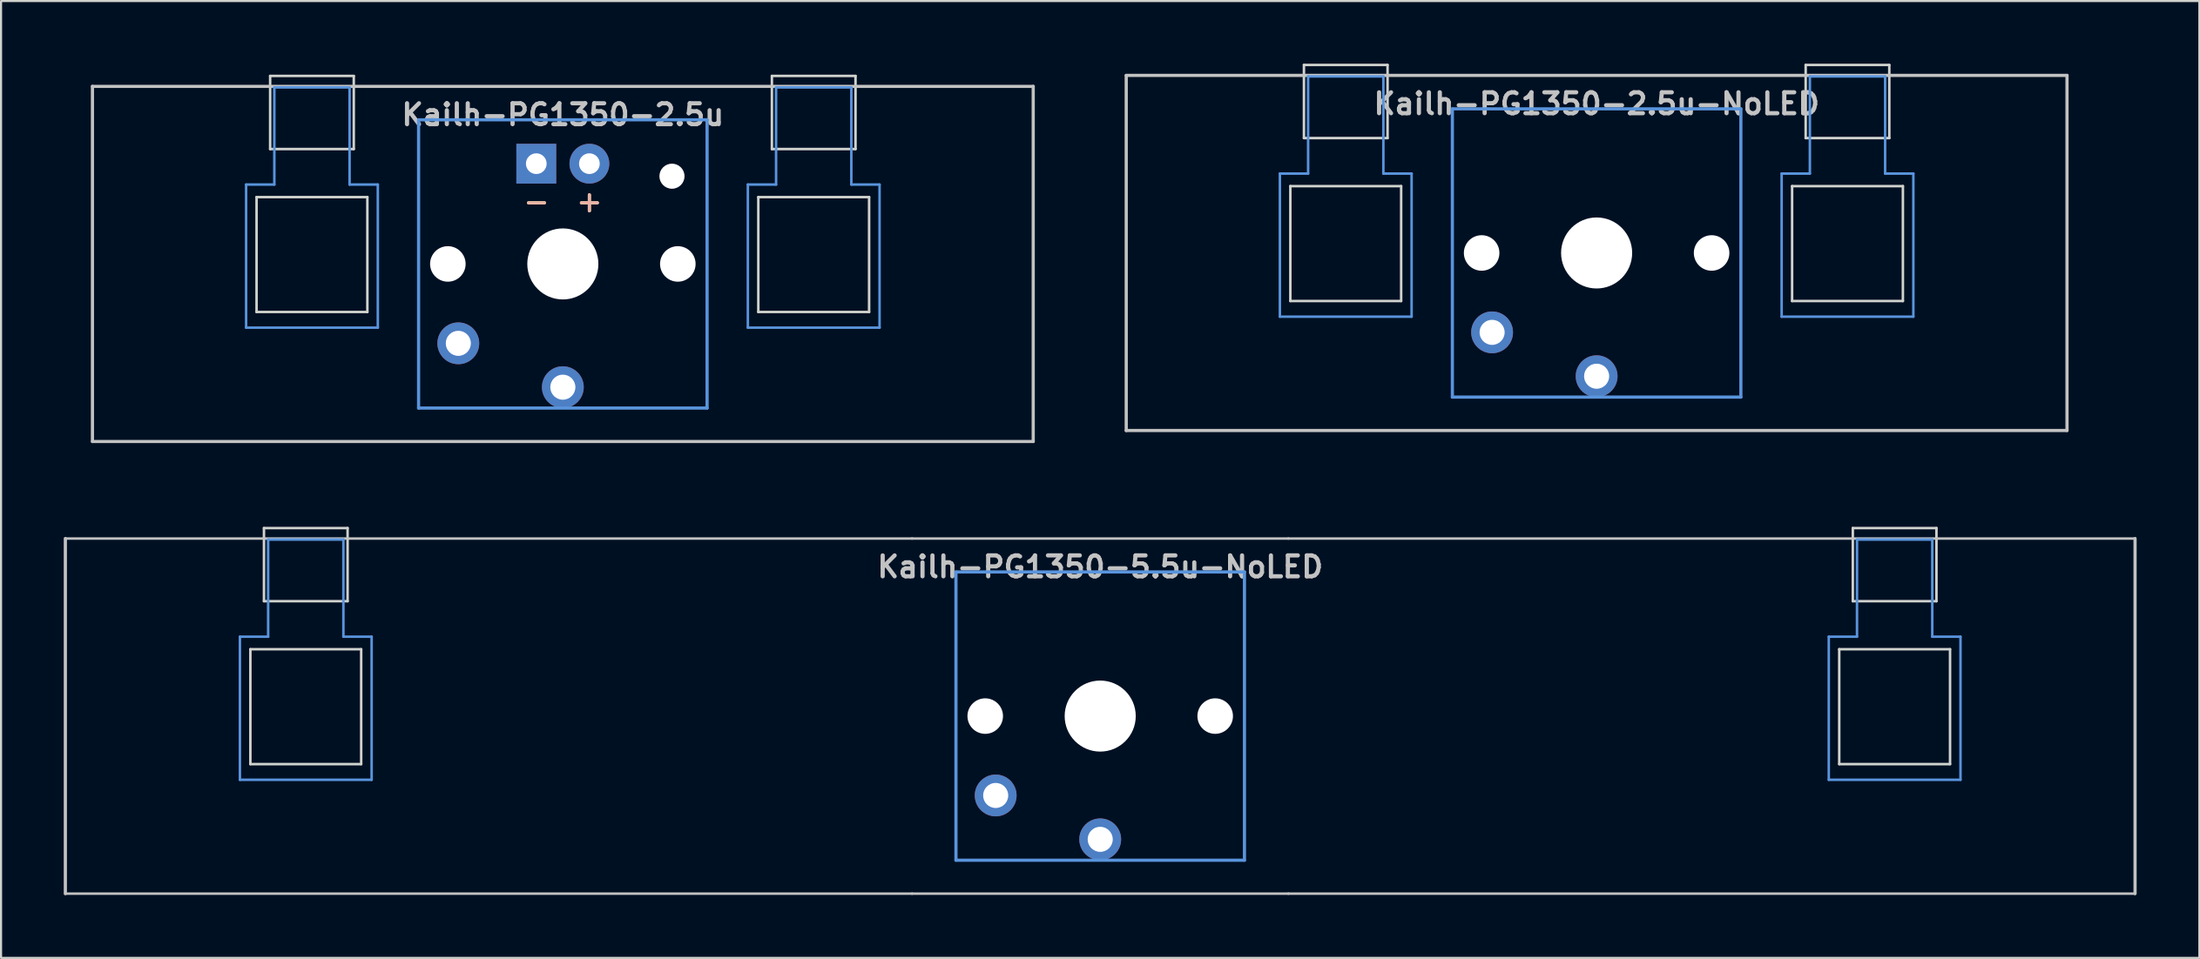
<source format=kicad_pcb>
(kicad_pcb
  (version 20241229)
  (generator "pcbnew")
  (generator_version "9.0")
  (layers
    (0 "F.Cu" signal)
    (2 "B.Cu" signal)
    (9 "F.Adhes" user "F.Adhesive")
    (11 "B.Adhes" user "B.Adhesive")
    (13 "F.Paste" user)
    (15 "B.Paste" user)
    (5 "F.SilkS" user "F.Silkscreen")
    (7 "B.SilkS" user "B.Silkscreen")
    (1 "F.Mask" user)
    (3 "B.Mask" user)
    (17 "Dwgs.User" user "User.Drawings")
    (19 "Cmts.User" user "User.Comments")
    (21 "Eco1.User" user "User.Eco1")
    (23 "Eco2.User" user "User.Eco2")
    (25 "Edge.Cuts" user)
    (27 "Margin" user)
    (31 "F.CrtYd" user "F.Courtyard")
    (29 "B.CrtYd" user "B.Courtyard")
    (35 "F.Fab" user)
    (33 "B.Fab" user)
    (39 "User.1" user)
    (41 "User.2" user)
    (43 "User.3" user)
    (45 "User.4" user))
  (footprint "Kailh-PG1350-2.5u-NoLED"
    (layer "F.Cu")
    (at 73.321 9.06)
    (property "Reference" "Kailh-PG1350-2.5u-NoLED" (at 0 -7.144 180) (layer "Dwgs.User") (effects (font (size 1 1) (thickness 0.2))))
    (attr through_hole)
    (fp_line (start -22.5 -8.5) (end 22.5 -8.5) (stroke (width 0.152) (type solid)) (layer "Dwgs.User"))
    (fp_line (start -22.5 8.5) (end -22.5 -8.5) (stroke (width 0.152) (type solid)) (layer "Dwgs.User"))
    (fp_line (start -22.5 8.5) (end 22.5 8.5) (stroke (width 0.152) (type solid)) (layer "Dwgs.User"))
    (fp_line (start 22.5 -8.5) (end 22.5 8.5) (stroke (width 0.152) (type solid)) (layer "Dwgs.User"))
    (fp_line (start -15.15 -3.8) (end -13.8 -3.8) (stroke (width 0.12) (type solid)) (layer "Cmts.User"))
    (fp_line (start -15.15 3.05) (end -15.15 -3.8) (stroke (width 0.12) (type solid)) (layer "Cmts.User"))
    (fp_line (start -15.15 3.05) (end -8.85 3.05) (stroke (width 0.12) (type solid)) (layer "Cmts.User"))
    (fp_line (start -13.8 -8.45) (end -13.8 -3.8) (stroke (width 0.12) (type solid)) (layer "Cmts.User"))
    (fp_line (start -13.8 -8.45) (end -10.2 -8.45) (stroke (width 0.12) (type solid)) (layer "Cmts.User"))
    (fp_line (start -10.2 -8.45) (end -10.2 -3.8) (stroke (width 0.12) (type solid)) (layer "Cmts.User"))
    (fp_line (start -10.2 -3.8) (end -8.85 -3.8) (stroke (width 0.12) (type solid)) (layer "Cmts.User"))
    (fp_line (start -8.85 3.05) (end -8.85 -3.8) (stroke (width 0.12) (type solid)) (layer "Cmts.User"))
    (fp_line (start -6.9 -6.9) (end 6.9 -6.9) (stroke (width 0.152) (type solid)) (layer "Cmts.User"))
    (fp_line (start -6.9 6.9) (end -6.9 -6.9) (stroke (width 0.152) (type solid)) (layer "Cmts.User"))
    (fp_line (start 6.9 -6.9) (end 6.9 6.9) (stroke (width 0.152) (type solid)) (layer "Cmts.User"))
    (fp_line (start 6.9 6.9) (end -6.9 6.9) (stroke (width 0.152) (type solid)) (layer "Cmts.User"))
    (fp_line (start 8.85 -3.8) (end 10.2 -3.8) (stroke (width 0.12) (type solid)) (layer "Cmts.User"))
    (fp_line (start 8.85 3.05) (end 8.85 -3.8) (stroke (width 0.12) (type solid)) (layer "Cmts.User"))
    (fp_line (start 8.85 3.05) (end 15.15 3.05) (stroke (width 0.12) (type solid)) (layer "Cmts.User"))
    (fp_line (start 10.2 -8.45) (end 10.2 -3.8) (stroke (width 0.12) (type solid)) (layer "Cmts.User"))
    (fp_line (start 10.2 -8.45) (end 13.8 -8.45) (stroke (width 0.12) (type solid)) (layer "Cmts.User"))
    (fp_line (start 13.8 -8.45) (end 13.8 -3.8) (stroke (width 0.12) (type solid)) (layer "Cmts.User"))
    (fp_line (start 13.8 -3.8) (end 15.15 -3.8) (stroke (width 0.12) (type solid)) (layer "Cmts.User"))
    (fp_line (start 15.15 3.05) (end 15.15 -3.8) (stroke (width 0.12) (type solid)) (layer "Cmts.User"))
    (fp_line (start -7.5 -7.5) (end 7.5 -7.5) (stroke (width 0.152) (type solid)) (layer "Eco2.User"))
    (fp_line (start -7.5 7.5) (end -7.5 -7.5) (stroke (width 0.152) (type solid)) (layer "Eco2.User"))
    (fp_line (start 7.5 -7.5) (end 7.5 7.5) (stroke (width 0.152) (type solid)) (layer "Eco2.User"))
    (fp_line (start 7.5 7.5) (end -7.5 7.5) (stroke (width 0.152) (type solid)) (layer "Eco2.User"))
    (fp_line (start -14.65 -3.2) (end -14.65 2.3) (stroke (width 0.12) (type solid)) (layer "Edge.Cuts"))
    (fp_line (start -14.65 -3.2) (end -9.35 -3.2) (stroke (width 0.12) (type solid)) (layer "Edge.Cuts"))
    (fp_line (start -14.65 2.3) (end -9.35 2.3) (stroke (width 0.12) (type solid)) (layer "Edge.Cuts"))
    (fp_line (start -14 -9) (end -14 -5.5) (stroke (width 0.12) (type solid)) (layer "Edge.Cuts"))
    (fp_line (start -14 -9) (end -10 -9) (stroke (width 0.12) (type solid)) (layer "Edge.Cuts"))
    (fp_line (start -14 -5.5) (end -10 -5.5) (stroke (width 0.12) (type solid)) (layer "Edge.Cuts"))
    (fp_line (start -10 -5.5) (end -10 -9) (stroke (width 0.12) (type solid)) (layer "Edge.Cuts"))
    (fp_line (start -9.35 2.3) (end -9.35 -3.2) (stroke (width 0.12) (type solid)) (layer "Edge.Cuts"))
    (fp_line (start 9.35 -3.2) (end 9.35 2.3) (stroke (width 0.12) (type solid)) (layer "Edge.Cuts"))
    (fp_line (start 9.35 -3.2) (end 14.65 -3.2) (stroke (width 0.12) (type solid)) (layer "Edge.Cuts"))
    (fp_line (start 9.35 2.3) (end 14.65 2.3) (stroke (width 0.12) (type solid)) (layer "Edge.Cuts"))
    (fp_line (start 10 -9) (end 10 -5.5) (stroke (width 0.12) (type solid)) (layer "Edge.Cuts"))
    (fp_line (start 10 -9) (end 14 -9) (stroke (width 0.12) (type solid)) (layer "Edge.Cuts"))
    (fp_line (start 10 -5.5) (end 14 -5.5) (stroke (width 0.12) (type solid)) (layer "Edge.Cuts"))
    (fp_line (start 14 -5.5) (end 14 -9) (stroke (width 0.12) (type solid)) (layer "Edge.Cuts"))
    (fp_line (start 14.65 2.3) (end 14.65 -3.2) (stroke (width 0.12) (type solid)) (layer "Edge.Cuts"))
    (pad "" np_thru_hole circle (at -5.5 0 180) (size 1.7 1.7) (drill 1.7) (layers "*.Cu" "*.Mask"))
    (pad "" np_thru_hole circle (at 0 0 180) (size 3.4 3.4) (drill 3.4) (layers "*.Cu" "*.Mask"))
    (pad "" np_thru_hole circle (at 5.5 0 180) (size 1.7 1.7) (drill 1.7) (layers "*.Cu" "*.Mask"))
    (pad "1" thru_hole circle (at 0 5.9 180) (size 2 2) (drill 1.2) (layers "*.Cu" "*.Mask"))
    (pad "2" thru_hole circle (at -5 3.8 41.9) (size 2 2) (drill 1.2) (layers "*.Cu" "*.Mask")))
  (footprint "Kailh-PG1350-5.5u-NoLED"
    (layer "F.Cu")
    (at 49.576 31.23)
    (property "Reference" "Kailh-PG1350-5.5u-NoLED" (at 0 -7.144 180) (layer "Dwgs.User") (effects (font (size 1 1) (thickness 0.2))))
    (attr through_hole)
    (fp_line (start -49.5 -8.5) (end -9 -8.5) (stroke (width 0.12) (type solid)) (layer "Dwgs.User"))
    (fp_line (start -49.5 8.5) (end -49.5 -8.5) (stroke (width 0.152) (type solid)) (layer "Dwgs.User"))
    (fp_line (start -49.5 8.5) (end -9 8.5) (stroke (width 0.12) (type solid)) (layer "Dwgs.User"))
    (fp_line (start -9 8.5) (end 9 8.5) (stroke (width 0.12) (type solid)) (layer "Dwgs.User"))
    (fp_line (start 9 -8.5) (end -9 -8.5) (stroke (width 0.12) (type solid)) (layer "Dwgs.User"))
    (fp_line (start 9 -8.5) (end 49.5 -8.5) (stroke (width 0.12) (type solid)) (layer "Dwgs.User"))
    (fp_line (start 49.5 -8.5) (end 49.5 8.5) (stroke (width 0.152) (type solid)) (layer "Dwgs.User"))
    (fp_line (start 49.5 8.5) (end 9 8.5) (stroke (width 0.12) (type solid)) (layer "Dwgs.User"))
    (fp_line (start -41.15 -3.8) (end -39.8 -3.8) (stroke (width 0.12) (type solid)) (layer "Cmts.User"))
    (fp_line (start -41.15 3.05) (end -41.15 -3.8) (stroke (width 0.12) (type solid)) (layer "Cmts.User"))
    (fp_line (start -41.15 3.05) (end -34.85 3.05) (stroke (width 0.12) (type solid)) (layer "Cmts.User"))
    (fp_line (start -39.8 -8.45) (end -39.8 -3.8) (stroke (width 0.12) (type solid)) (layer "Cmts.User"))
    (fp_line (start -39.8 -8.45) (end -36.2 -8.45) (stroke (width 0.12) (type solid)) (layer "Cmts.User"))
    (fp_line (start -36.2 -8.45) (end -36.2 -3.8) (stroke (width 0.12) (type solid)) (layer "Cmts.User"))
    (fp_line (start -36.2 -3.8) (end -34.85 -3.8) (stroke (width 0.12) (type solid)) (layer "Cmts.User"))
    (fp_line (start -34.85 3.05) (end -34.85 -3.8) (stroke (width 0.12) (type solid)) (layer "Cmts.User"))
    (fp_line (start -6.9 -6.9) (end 6.9 -6.9) (stroke (width 0.152) (type solid)) (layer "Cmts.User"))
    (fp_line (start -6.9 6.9) (end -6.9 -6.9) (stroke (width 0.152) (type solid)) (layer "Cmts.User"))
    (fp_line (start 6.9 -6.9) (end 6.9 6.9) (stroke (width 0.152) (type solid)) (layer "Cmts.User"))
    (fp_line (start 6.9 6.9) (end -6.9 6.9) (stroke (width 0.152) (type solid)) (layer "Cmts.User"))
    (fp_line (start 34.85 -3.8) (end 36.2 -3.8) (stroke (width 0.12) (type solid)) (layer "Cmts.User"))
    (fp_line (start 34.85 3.05) (end 34.85 -3.8) (stroke (width 0.12) (type solid)) (layer "Cmts.User"))
    (fp_line (start 34.85 3.05) (end 41.15 3.05) (stroke (width 0.12) (type solid)) (layer "Cmts.User"))
    (fp_line (start 36.2 -8.45) (end 36.2 -3.8) (stroke (width 0.12) (type solid)) (layer "Cmts.User"))
    (fp_line (start 36.2 -8.45) (end 39.8 -8.45) (stroke (width 0.12) (type solid)) (layer "Cmts.User"))
    (fp_line (start 39.8 -8.45) (end 39.8 -3.8) (stroke (width 0.12) (type solid)) (layer "Cmts.User"))
    (fp_line (start 39.8 -3.8) (end 41.15 -3.8) (stroke (width 0.12) (type solid)) (layer "Cmts.User"))
    (fp_line (start 41.15 3.05) (end 41.15 -3.8) (stroke (width 0.12) (type solid)) (layer "Cmts.User"))
    (fp_line (start -7.5 -7.5) (end 7.5 -7.5) (stroke (width 0.152) (type solid)) (layer "Eco2.User"))
    (fp_line (start -7.5 7.5) (end -7.5 -7.5) (stroke (width 0.152) (type solid)) (layer "Eco2.User"))
    (fp_line (start 7.5 -7.5) (end 7.5 7.5) (stroke (width 0.152) (type solid)) (layer "Eco2.User"))
    (fp_line (start 7.5 7.5) (end -7.5 7.5) (stroke (width 0.152) (type solid)) (layer "Eco2.User"))
    (fp_line (start -40.65 -3.2) (end -40.65 2.3) (stroke (width 0.12) (type solid)) (layer "Edge.Cuts"))
    (fp_line (start -40.65 -3.2) (end -35.35 -3.2) (stroke (width 0.12) (type solid)) (layer "Edge.Cuts"))
    (fp_line (start -40.65 2.3) (end -35.35 2.3) (stroke (width 0.12) (type solid)) (layer "Edge.Cuts"))
    (fp_line (start -40 -9) (end -40 -5.5) (stroke (width 0.12) (type solid)) (layer "Edge.Cuts"))
    (fp_line (start -40 -9) (end -36 -9) (stroke (width 0.12) (type solid)) (layer "Edge.Cuts"))
    (fp_line (start -40 -5.5) (end -36 -5.5) (stroke (width 0.12) (type solid)) (layer "Edge.Cuts"))
    (fp_line (start -36 -5.5) (end -36 -9) (stroke (width 0.12) (type solid)) (layer "Edge.Cuts"))
    (fp_line (start -35.35 2.3) (end -35.35 -3.2) (stroke (width 0.12) (type solid)) (layer "Edge.Cuts"))
    (fp_line (start 35.35 -3.2) (end 35.35 2.3) (stroke (width 0.12) (type solid)) (layer "Edge.Cuts"))
    (fp_line (start 35.35 -3.2) (end 40.65 -3.2) (stroke (width 0.12) (type solid)) (layer "Edge.Cuts"))
    (fp_line (start 35.35 2.3) (end 40.65 2.3) (stroke (width 0.12) (type solid)) (layer "Edge.Cuts"))
    (fp_line (start 36 -9) (end 36 -5.5) (stroke (width 0.12) (type solid)) (layer "Edge.Cuts"))
    (fp_line (start 36 -9) (end 40 -9) (stroke (width 0.12) (type solid)) (layer "Edge.Cuts"))
    (fp_line (start 36 -5.5) (end 40 -5.5) (stroke (width 0.12) (type solid)) (layer "Edge.Cuts"))
    (fp_line (start 40 -5.5) (end 40 -9) (stroke (width 0.12) (type solid)) (layer "Edge.Cuts"))
    (fp_line (start 40.65 2.3) (end 40.65 -3.2) (stroke (width 0.12) (type solid)) (layer "Edge.Cuts"))
    (pad "" np_thru_hole circle (at -5.5 0 180) (size 1.7 1.7) (drill 1.7) (layers "*.Cu" "*.Mask"))
    (pad "" np_thru_hole circle (at 0 0 180) (size 3.4 3.4) (drill 3.4) (layers "*.Cu" "*.Mask"))
    (pad "" np_thru_hole circle (at 5.5 0 180) (size 1.7 1.7) (drill 1.7) (layers "*.Cu" "*.Mask"))
    (pad "1" thru_hole circle (at 0 5.9 180) (size 2 2) (drill 1.2) (layers "*.Cu" "*.Mask"))
    (pad "2" thru_hole circle (at -5 3.8 41.9) (size 2 2) (drill 1.2) (layers "*.Cu" "*.Mask")))
  (footprint "Kailh-PG1350-2.5u"
    (layer "F.Cu")
    (at 23.872 9.585)
    (property "Reference" "Kailh-PG1350-2.5u" (at 0 -7.144 180) (layer "Dwgs.User") (effects (font (size 1 1) (thickness 0.2))))
    (attr through_hole)
    (fp_line (start -22.5 -8.5) (end 22.5 -8.5) (stroke (width 0.152) (type solid)) (layer "Dwgs.User"))
    (fp_line (start -22.5 8.5) (end -22.5 -8.5) (stroke (width 0.152) (type solid)) (layer "Dwgs.User"))
    (fp_line (start -22.5 8.5) (end 22.5 8.5) (stroke (width 0.152) (type solid)) (layer "Dwgs.User"))
    (fp_line (start 22.5 -8.5) (end 22.5 8.5) (stroke (width 0.152) (type solid)) (layer "Dwgs.User"))
    (fp_line (start -15.15 -3.8) (end -13.8 -3.8) (stroke (width 0.12) (type solid)) (layer "Cmts.User"))
    (fp_line (start -15.15 3.05) (end -15.15 -3.8) (stroke (width 0.12) (type solid)) (layer "Cmts.User"))
    (fp_line (start -15.15 3.05) (end -8.85 3.05) (stroke (width 0.12) (type solid)) (layer "Cmts.User"))
    (fp_line (start -13.8 -8.45) (end -13.8 -3.8) (stroke (width 0.12) (type solid)) (layer "Cmts.User"))
    (fp_line (start -13.8 -8.45) (end -10.2 -8.45) (stroke (width 0.12) (type solid)) (layer "Cmts.User"))
    (fp_line (start -10.2 -8.45) (end -10.2 -3.8) (stroke (width 0.12) (type solid)) (layer "Cmts.User"))
    (fp_line (start -10.2 -3.8) (end -8.85 -3.8) (stroke (width 0.12) (type solid)) (layer "Cmts.User"))
    (fp_line (start -8.85 3.05) (end -8.85 -3.8) (stroke (width 0.12) (type solid)) (layer "Cmts.User"))
    (fp_line (start -6.9 -6.9) (end 6.9 -6.9) (stroke (width 0.152) (type solid)) (layer "Cmts.User"))
    (fp_line (start -6.9 6.9) (end -6.9 -6.9) (stroke (width 0.152) (type solid)) (layer "Cmts.User"))
    (fp_line (start 6.9 -6.9) (end 6.9 6.9) (stroke (width 0.152) (type solid)) (layer "Cmts.User"))
    (fp_line (start 6.9 6.9) (end -6.9 6.9) (stroke (width 0.152) (type solid)) (layer "Cmts.User"))
    (fp_line (start 8.85 -3.8) (end 10.2 -3.8) (stroke (width 0.12) (type solid)) (layer "Cmts.User"))
    (fp_line (start 8.85 3.05) (end 8.85 -3.8) (stroke (width 0.12) (type solid)) (layer "Cmts.User"))
    (fp_line (start 8.85 3.05) (end 15.15 3.05) (stroke (width 0.12) (type solid)) (layer "Cmts.User"))
    (fp_line (start 10.2 -8.45) (end 10.2 -3.8) (stroke (width 0.12) (type solid)) (layer "Cmts.User"))
    (fp_line (start 10.2 -8.45) (end 13.8 -8.45) (stroke (width 0.12) (type solid)) (layer "Cmts.User"))
    (fp_line (start 13.8 -8.45) (end 13.8 -3.8) (stroke (width 0.12) (type solid)) (layer "Cmts.User"))
    (fp_line (start 13.8 -3.8) (end 15.15 -3.8) (stroke (width 0.12) (type solid)) (layer "Cmts.User"))
    (fp_line (start 15.15 3.05) (end 15.15 -3.8) (stroke (width 0.12) (type solid)) (layer "Cmts.User"))
    (fp_line (start -23.812 -9.525) (end -23.812 9.525) (stroke (width 0.12) (type solid)) (layer "Eco1.User"))
    (fp_line (start -23.812 -9.525) (end 23.812 -9.525) (stroke (width 0.12) (type solid)) (layer "Eco1.User"))
    (fp_line (start -23.812 9.525) (end 23.812 9.525) (stroke (width 0.12) (type solid)) (layer "Eco1.User"))
    (fp_line (start 23.812 -9.525) (end 23.812 9.525) (stroke (width 0.12) (type solid)) (layer "Eco1.User"))
    (fp_line (start -7.5 -7.5) (end 7.5 -7.5) (stroke (width 0.152) (type solid)) (layer "Eco2.User"))
    (fp_line (start -7.5 7.5) (end -7.5 -7.5) (stroke (width 0.152) (type solid)) (layer "Eco2.User"))
    (fp_line (start 7.5 -7.5) (end 7.5 7.5) (stroke (width 0.152) (type solid)) (layer "Eco2.User"))
    (fp_line (start 7.5 7.5) (end -7.5 7.5) (stroke (width 0.152) (type solid)) (layer "Eco2.User"))
    (fp_line (start -14.65 -3.2) (end -14.65 2.3) (stroke (width 0.12) (type solid)) (layer "Edge.Cuts"))
    (fp_line (start -14.65 -3.2) (end -9.35 -3.2) (stroke (width 0.12) (type solid)) (layer "Edge.Cuts"))
    (fp_line (start -14.65 2.3) (end -9.35 2.3) (stroke (width 0.12) (type solid)) (layer "Edge.Cuts"))
    (fp_line (start -14 -9) (end -14 -5.5) (stroke (width 0.12) (type solid)) (layer "Edge.Cuts"))
    (fp_line (start -14 -9) (end -10 -9) (stroke (width 0.12) (type solid)) (layer "Edge.Cuts"))
    (fp_line (start -14 -5.5) (end -10 -5.5) (stroke (width 0.12) (type solid)) (layer "Edge.Cuts"))
    (fp_line (start -10 -5.5) (end -10 -9) (stroke (width 0.12) (type solid)) (layer "Edge.Cuts"))
    (fp_line (start -9.35 2.3) (end -9.35 -3.2) (stroke (width 0.12) (type solid)) (layer "Edge.Cuts"))
    (fp_line (start 9.35 -3.2) (end 9.35 2.3) (stroke (width 0.12) (type solid)) (layer "Edge.Cuts"))
    (fp_line (start 9.35 -3.2) (end 14.65 -3.2) (stroke (width 0.12) (type solid)) (layer "Edge.Cuts"))
    (fp_line (start 9.35 2.3) (end 14.65 2.3) (stroke (width 0.12) (type solid)) (layer "Edge.Cuts"))
    (fp_line (start 10 -9) (end 10 -5.5) (stroke (width 0.12) (type solid)) (layer "Edge.Cuts"))
    (fp_line (start 10 -9) (end 14 -9) (stroke (width 0.12) (type solid)) (layer "Edge.Cuts"))
    (fp_line (start 10 -5.5) (end 14 -5.5) (stroke (width 0.12) (type solid)) (layer "Edge.Cuts"))
    (fp_line (start 14 -5.5) (end 14 -9) (stroke (width 0.12) (type solid)) (layer "Edge.Cuts"))
    (fp_line (start 14.65 2.3) (end 14.65 -3.2) (stroke (width 0.12) (type solid)) (layer "Edge.Cuts"))
    (fp_text user "-" (at -1.26 -3 180) (layer "F.SilkS") (effects (font (size 1 1) (thickness 0.15))))
    (fp_text user "+" (at 1.27 -3 180) (layer "F.SilkS") (effects (font (size 1 1) (thickness 0.15))))
    (fp_text user "+" (at 1.27 -3 180) (layer "B.SilkS") (effects (font (size 1 1) (thickness 0.15)) (justify mirror)))
    (fp_text user "-" (at -1.26 -3 180) (layer "B.SilkS") (effects (font (size 1 1) (thickness 0.15)) (justify mirror)))
    (pad "" np_thru_hole circle (at -5.5 0 180) (size 1.7 1.7) (drill 1.7) (layers "*.Cu" "*.Mask"))
    (pad "" np_thru_hole circle (at 0 0 180) (size 3.4 3.4) (drill 3.4) (layers "*.Cu" "*.Mask"))
    (pad "" np_thru_hole circle (at 5.22 -4.2 180) (size 1.2 1.2) (drill 1.2) (layers "*.Cu" "*.Mask"))
    (pad "" np_thru_hole circle (at 5.5 0 180) (size 1.7 1.7) (drill 1.7) (layers "*.Cu" "*.Mask"))
    (pad "1" thru_hole circle (at 0 5.9 180) (size 2 2) (drill 1.2) (layers "*.Cu" "*.Mask"))
    (pad "2" thru_hole circle (at -5 3.8 41.9) (size 2 2) (drill 1.2) (layers "*.Cu" "*.Mask"))
    (pad "3" thru_hole circle (at 1.27 -4.8 180) (size 1.905 1.905) (drill 0.991) (layers "*.Cu" "*.Mask"))
    (pad "4" thru_hole rect (at -1.27 -4.8 180) (size 1.905 1.905) (drill 0.991) (layers "*.Cu" "*.Mask")))
  (gr_rect
    (start -3 -3)
    (end 102.152 42.806)
    (stroke (width 0.1) (type default))
    (fill no)
    (layer "Edge.Cuts")))
</source>
